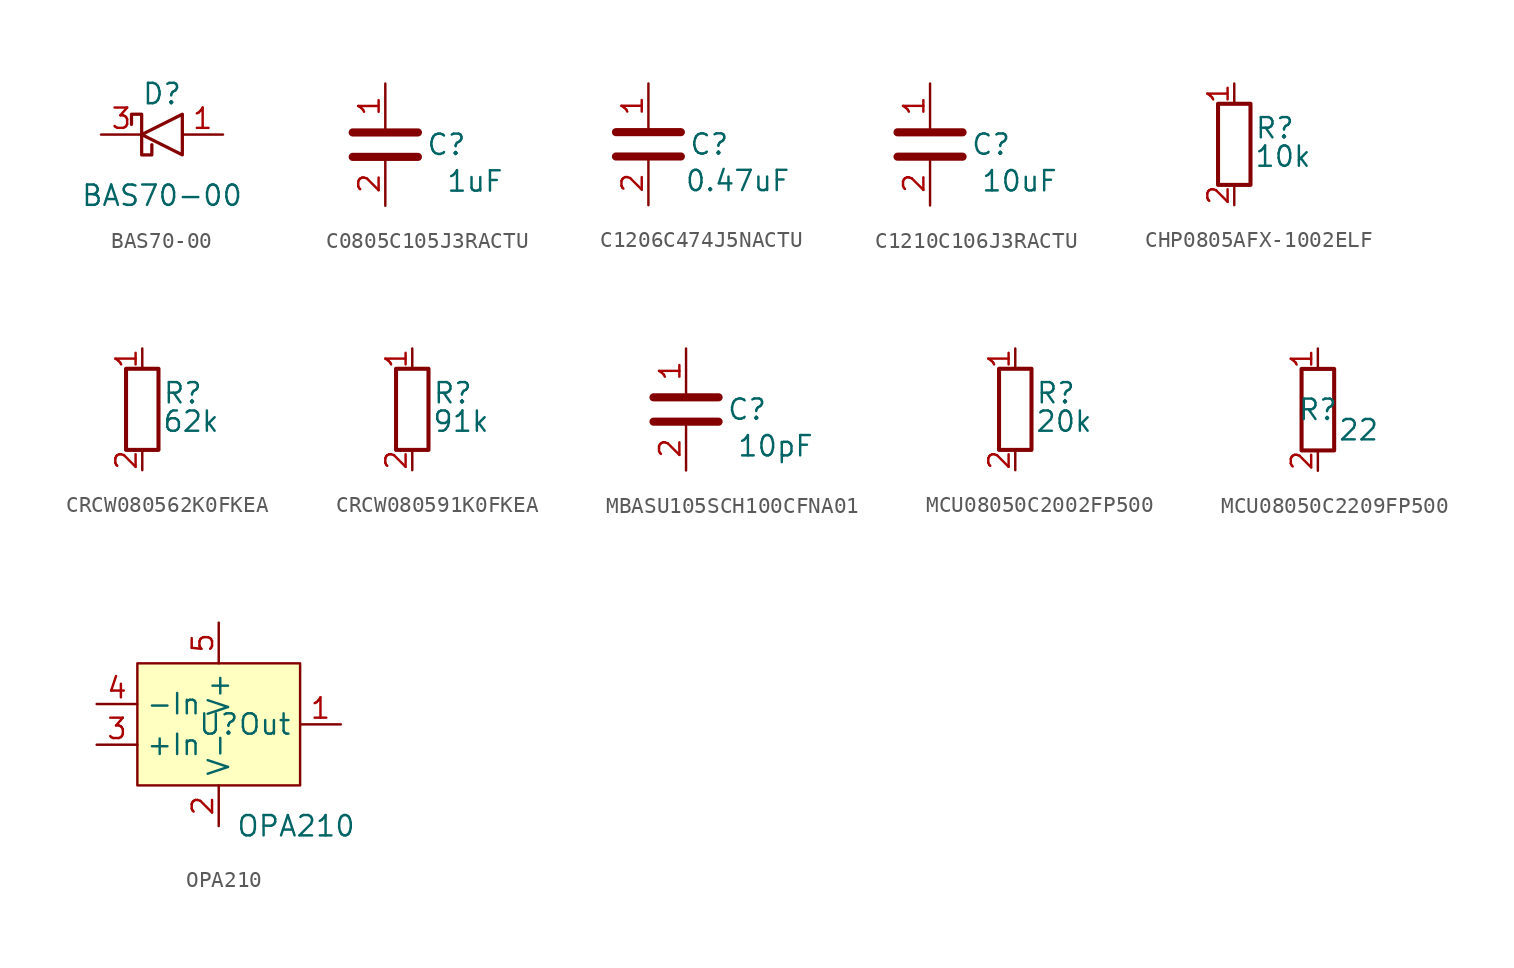
<source format=kicad_sym>
(kicad_symbol_lib
  (version 20231120)
  (generator "kicad_symbol_editor")
  (generator_version "8.0")
  (symbol "BAS70-00"
    (property "Reference" "D"
      (at 0 2.54 0)
      (effects (font (size 1.27 1.27))))
    (property "Value" "BAS70-00"
      (at 0 -3.81 0)
      (effects (font (size 1.27 1.27))))
    (symbol "BAS70-00_0_1"
      (polyline (pts (xy 1.27 1.27) (xy 1.27 -1.27) (xy -1.27 0) (xy 1.27 1.27)) (stroke (width 0.203) (type default)) (fill (type none)))
      (polyline (pts (xy -1.905 0.635) (xy -1.905 1.27) (xy -1.27 1.27) (xy -1.27 -1.27) (xy -0.635 -1.27) (xy -0.635 -0.635)) (stroke (width 0.203) (type default)) (fill (type none))))
    (symbol "BAS70-00_1_1"
      (pin input line (at 3.81 0 180) (length 2.54) (name "" (effects (font (size 1.27 1.27)))) (number "1" (effects (font (size 1.27 1.27)))))
      (pin output line (at -3.81 0 0) (length 2.54) (name "" (effects (font (size 1.27 1.27)))) (number "3" (effects (font (size 1.27 1.27)))))))
  (symbol "C0805C105J3RACTU"
    (property "Reference" "C"
      (at 3.81 0 0)
      (effects (font (size 1.27 1.27))))
    (property "Value" "1uF"
      (at 5.588 -2.286 0)
      (effects (font (size 1.27 1.27))))
    (symbol "C0805C105J3RACTU_0_1"
      (polyline (pts (xy -2.032 -0.762) (xy 2.032 -0.762)) (stroke (width 0.508) (type default)) (fill (type none)))
      (polyline (pts (xy -2.032 0.762) (xy 2.032 0.762)) (stroke (width 0.508) (type default)) (fill (type none))))
    (symbol "C0805C105J3RACTU_1_1"
      (pin passive line (at 0 3.81 270) (length 2.794) (name "~" (effects (font (size 1.27 1.27)))) (number "1" (effects (font (size 1.27 1.27)))))
      (pin passive line (at 0 -3.81 90) (length 2.794) (name "~" (effects (font (size 1.27 1.27)))) (number "2" (effects (font (size 1.27 1.27)))))))
  (symbol "C1206C474J5NACTU"
    (property "Reference" "C"
      (at 3.81 0 0)
      (effects (font (size 1.27 1.27))))
    (property "Value" "0.47uF"
      (at 5.588 -2.286 0)
      (effects (font (size 1.27 1.27))))
    (symbol "C1206C474J5NACTU_0_1"
      (polyline (pts (xy -2.032 -0.762) (xy 2.032 -0.762)) (stroke (width 0.508) (type default)) (fill (type none)))
      (polyline (pts (xy -2.032 0.762) (xy 2.032 0.762)) (stroke (width 0.508) (type default)) (fill (type none))))
    (symbol "C1206C474J5NACTU_1_1"
      (pin passive line (at 0 3.81 270) (length 2.794) (name "~" (effects (font (size 1.27 1.27)))) (number "1" (effects (font (size 1.27 1.27)))))
      (pin passive line (at 0 -3.81 90) (length 2.794) (name "~" (effects (font (size 1.27 1.27)))) (number "2" (effects (font (size 1.27 1.27)))))))
  (symbol "C1210C106J3RACTU"
    (property "Reference" "C"
      (at 3.81 0 0)
      (effects (font (size 1.27 1.27))))
    (property "Value" "10uF"
      (at 5.588 -2.286 0)
      (effects (font (size 1.27 1.27))))
    (symbol "C1210C106J3RACTU_0_1"
      (polyline (pts (xy -2.032 -0.762) (xy 2.032 -0.762)) (stroke (width 0.508) (type default)) (fill (type none)))
      (polyline (pts (xy -2.032 0.762) (xy 2.032 0.762)) (stroke (width 0.508) (type default)) (fill (type none))))
    (symbol "C1210C106J3RACTU_1_1"
      (pin passive line (at 0 3.81 270) (length 2.794) (name "~" (effects (font (size 1.27 1.27)))) (number "1" (effects (font (size 1.27 1.27)))))
      (pin passive line (at 0 -3.81 90) (length 2.794) (name "~" (effects (font (size 1.27 1.27)))) (number "2" (effects (font (size 1.27 1.27)))))))
  (symbol "CHP0805AFX-1002ELF"
    (property "Reference" "R"
      (at 2.54 1.016 0)
      (effects (font (size 1.27 1.27))))
    (property "Value" "10k"
      (at 3.048 -0.762 0)
      (effects (font (size 1.27 1.27))))
    (symbol "CHP0805AFX-1002ELF_0_1"
      (rectangle (start -1.016 2.54) (end 1.016 -2.54) (stroke (width 0.254) (type default)) (fill (type none))))
    (symbol "CHP0805AFX-1002ELF_1_1"
      (pin passive line (at 0 3.81 270) (length 1.27) (name "~" (effects (font (size 1.27 1.27)))) (number "1" (effects (font (size 1.27 1.27)))))
      (pin passive line (at 0 -3.81 90) (length 1.27) (name "~" (effects (font (size 1.27 1.27)))) (number "2" (effects (font (size 1.27 1.27)))))))
  (symbol "CRCW080562K0FKEA"
    (property "Reference" "R"
      (at 2.54 1.016 0)
      (effects (font (size 1.27 1.27))))
    (property "Value" "62k"
      (at 3.048 -0.762 0)
      (effects (font (size 1.27 1.27))))
    (symbol "CRCW080562K0FKEA_0_1"
      (rectangle (start -1.016 2.54) (end 1.016 -2.54) (stroke (width 0.254) (type default)) (fill (type none))))
    (symbol "CRCW080562K0FKEA_1_1"
      (pin passive line (at 0 3.81 270) (length 1.27) (name "~" (effects (font (size 1.27 1.27)))) (number "1" (effects (font (size 1.27 1.27)))))
      (pin passive line (at 0 -3.81 90) (length 1.27) (name "~" (effects (font (size 1.27 1.27)))) (number "2" (effects (font (size 1.27 1.27)))))))
  (symbol "CRCW080591K0FKEA"
    (property "Reference" "R"
      (at 2.54 1.016 0)
      (effects (font (size 1.27 1.27))))
    (property "Value" "91k"
      (at 3.048 -0.762 0)
      (effects (font (size 1.27 1.27))))
    (symbol "CRCW080591K0FKEA_0_1"
      (rectangle (start -1.016 2.54) (end 1.016 -2.54) (stroke (width 0.254) (type default)) (fill (type none))))
    (symbol "CRCW080591K0FKEA_1_1"
      (pin passive line (at 0 3.81 270) (length 1.27) (name "~" (effects (font (size 1.27 1.27)))) (number "1" (effects (font (size 1.27 1.27)))))
      (pin passive line (at 0 -3.81 90) (length 1.27) (name "~" (effects (font (size 1.27 1.27)))) (number "2" (effects (font (size 1.27 1.27)))))))
  (symbol "MBASU105SCH100CFNA01"
    (property "Reference" "C"
      (at 3.81 0 0)
      (effects (font (size 1.27 1.27))))
    (property "Value" "10pF"
      (at 5.588 -2.286 0)
      (effects (font (size 1.27 1.27))))
    (symbol "MBASU105SCH100CFNA01_0_1"
      (polyline (pts (xy -2.032 -0.762) (xy 2.032 -0.762)) (stroke (width 0.508) (type default)) (fill (type none)))
      (polyline (pts (xy -2.032 0.762) (xy 2.032 0.762)) (stroke (width 0.508) (type default)) (fill (type none))))
    (symbol "MBASU105SCH100CFNA01_1_1"
      (pin passive line (at 0 3.81 270) (length 2.794) (name "~" (effects (font (size 1.27 1.27)))) (number "1" (effects (font (size 1.27 1.27)))))
      (pin passive line (at 0 -3.81 90) (length 2.794) (name "~" (effects (font (size 1.27 1.27)))) (number "2" (effects (font (size 1.27 1.27)))))))
  (symbol "MCU08050C2002FP500"
    (property "Reference" "R"
      (at 2.54 1.016 0)
      (effects (font (size 1.27 1.27))))
    (property "Value" "20k"
      (at 3.048 -0.762 0)
      (effects (font (size 1.27 1.27))))
    (symbol "MCU08050C2002FP500_0_1"
      (rectangle (start -1.016 2.54) (end 1.016 -2.54) (stroke (width 0.254) (type default)) (fill (type none))))
    (symbol "MCU08050C2002FP500_1_1"
      (pin passive line (at 0 3.81 270) (length 1.27) (name "~" (effects (font (size 1.27 1.27)))) (number "1" (effects (font (size 1.27 1.27)))))
      (pin passive line (at 0 -3.81 90) (length 1.27) (name "~" (effects (font (size 1.27 1.27)))) (number "2" (effects (font (size 1.27 1.27)))))))
  (symbol "MCU08050C2209FP500"
    (property "Reference" "R"
      (at 0 0 0)
      (effects (font (size 1.27 1.27))))
    (property "Value" "22"
      (at 2.54 -1.27 0)
      (effects (font (size 1.27 1.27))))
    (symbol "MCU08050C2209FP500_0_1"
      (rectangle (start -1.016 -2.54) (end 1.016 2.54) (stroke (width 0.254) (type default)) (fill (type none))))
    (symbol "MCU08050C2209FP500_1_1"
      (pin passive line (at 0 3.81 270) (length 1.27) (name "~" (effects (font (size 1.27 1.27)))) (number "1" (effects (font (size 1.27 1.27)))))
      (pin passive line (at 0 -3.81 90) (length 1.27) (name "~" (effects (font (size 1.27 1.27)))) (number "2" (effects (font (size 1.27 1.27)))))))
  (symbol "OPA210"
    (property "Reference" "U"
      (at 0 0 0)
      (effects (font (size 1.27 1.27))))
    (property "Value" "OPA210"
      (at 4.826 -6.35 0)
      (effects (font (size 1.27 1.27))))
    (symbol "OPA210_1_1"
      (rectangle (start -5.08 3.81) (end 5.08 -3.81) (stroke (width 0) (type default)) (fill (type background)))
      (pin output line (at 7.62 0 180) (length 2.54) (name "Out" (effects (font (size 1.27 1.27)))) (number "1" (effects (font (size 1.27 1.27)))))
      (pin power_in line (at 0 -6.35 90) (length 2.54) (name "V-" (effects (font (size 1.27 1.27)))) (number "2" (effects (font (size 1.27 1.27)))))
      (pin input line (at -7.62 -1.27 0) (length 2.54) (name "+In" (effects (font (size 1.27 1.27)))) (number "3" (effects (font (size 1.27 1.27)))))
      (pin input line (at -7.62 1.27 0) (length 2.54) (name "-In" (effects (font (size 1.27 1.27)))) (number "4" (effects (font (size 1.27 1.27)))))
      (pin power_in line (at 0 6.35 270) (length 2.54) (name "V+" (effects (font (size 1.27 1.27)))) (number "5" (effects (font (size 1.27 1.27))))))))
</source>
